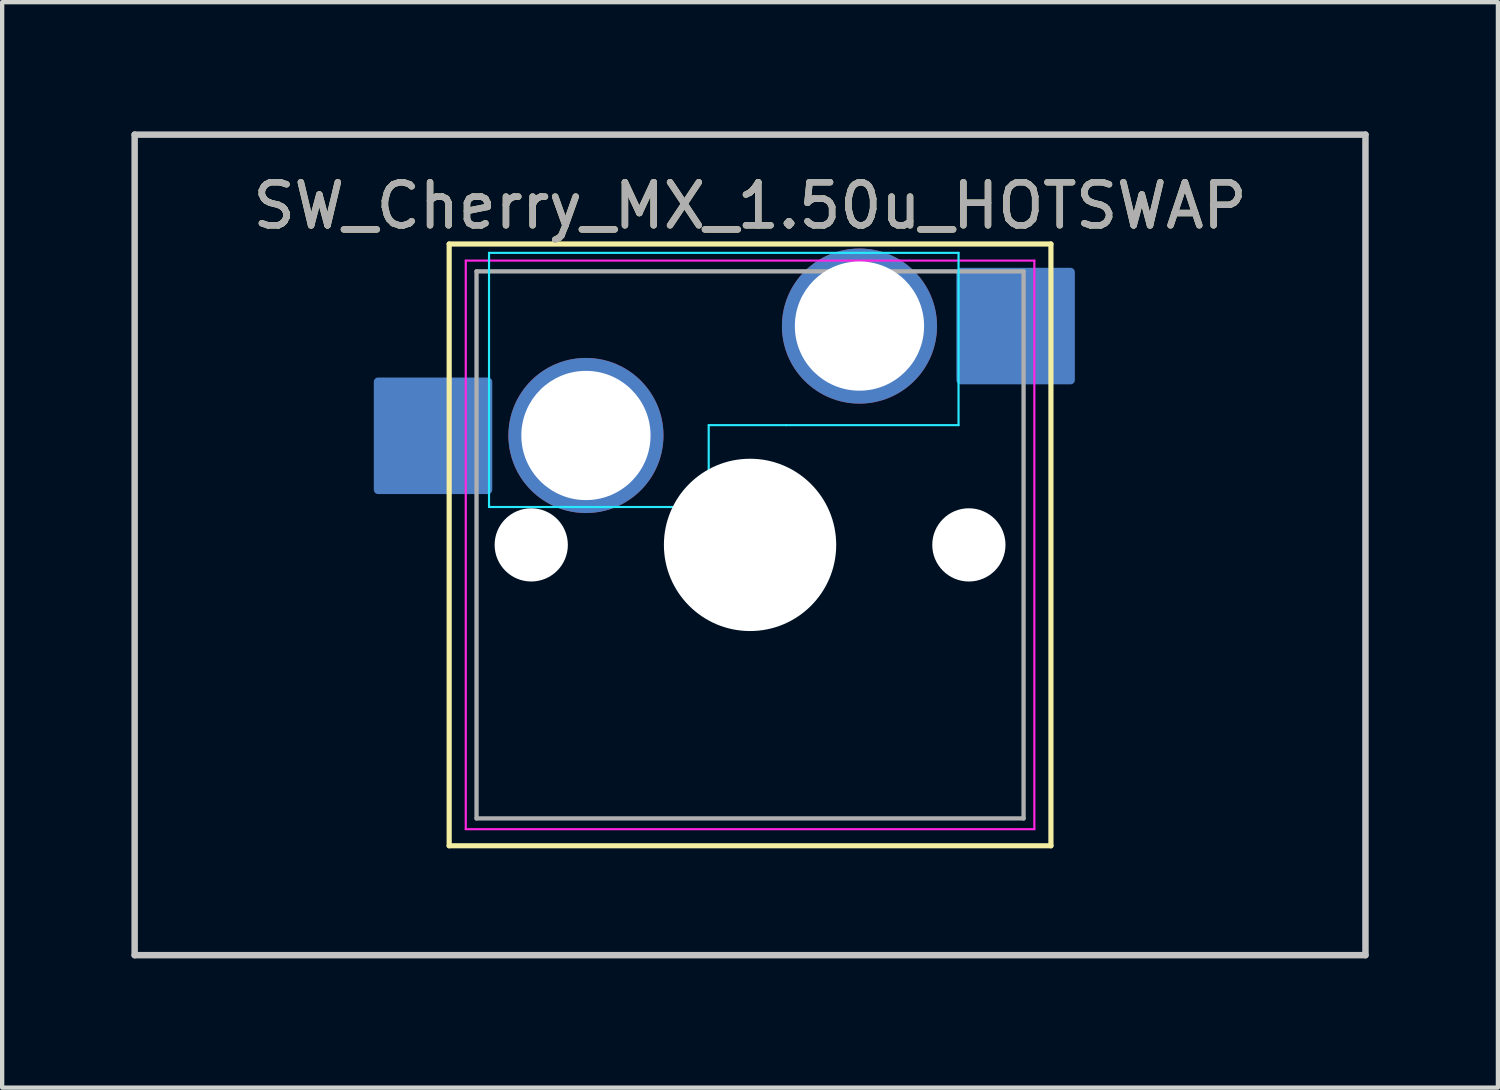
<source format=kicad_pcb>
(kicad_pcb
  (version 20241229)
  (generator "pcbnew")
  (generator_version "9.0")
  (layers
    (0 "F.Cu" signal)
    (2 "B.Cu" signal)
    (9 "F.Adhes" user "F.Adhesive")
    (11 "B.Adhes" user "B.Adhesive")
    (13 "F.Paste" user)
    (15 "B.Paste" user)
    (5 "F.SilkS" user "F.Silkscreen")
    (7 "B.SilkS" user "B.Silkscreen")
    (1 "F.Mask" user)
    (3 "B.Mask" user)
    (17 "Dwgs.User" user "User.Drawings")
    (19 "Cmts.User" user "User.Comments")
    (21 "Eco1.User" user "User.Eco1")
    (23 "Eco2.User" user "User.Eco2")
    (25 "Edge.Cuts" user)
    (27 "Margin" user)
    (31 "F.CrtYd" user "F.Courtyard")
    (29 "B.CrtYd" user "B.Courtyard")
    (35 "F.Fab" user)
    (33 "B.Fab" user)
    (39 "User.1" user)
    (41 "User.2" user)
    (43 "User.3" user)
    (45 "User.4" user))
  (footprint "SW_Cherry_MX_1.50u_HOTSWAP"
    (layer "F.Cu")
    (at 14.363 9.67)
    (property "Reference" "SW_Cherry_MX_1.50u_HOTSWAP" (at 0 -7.944 0) (layer "F.SilkS") (effects (font (size 1 1) (thickness 0.15))))
    (attr through_hole)
    (fp_rect (start -8.635 -1.35) (end -6.085 -3.856) (stroke (width 0.2) (type solid)) (fill yes) (layer "B.Cu"))
    (fp_rect (start 4.89 -3.897) (end 7.44 -6.403) (stroke (width 0.2) (type solid)) (fill yes) (layer "B.Cu"))
    (fp_line (start -6.985 -7.055) (end 6.985 -7.055) (stroke (width 0.12) (type solid)) (layer "F.SilkS"))
    (fp_line (start -6.985 6.915) (end -6.985 -7.055) (stroke (width 0.12) (type solid)) (layer "F.SilkS"))
    (fp_line (start 6.985 -7.055) (end 6.985 6.915) (stroke (width 0.12) (type solid)) (layer "F.SilkS"))
    (fp_line (start 6.985 6.915) (end -6.985 6.915) (stroke (width 0.12) (type solid)) (layer "F.SilkS"))
    (fp_line (start -14.287 -9.595) (end 14.287 -9.595) (stroke (width 0.15) (type solid)) (layer "Dwgs.User"))
    (fp_line (start -14.287 9.455) (end -14.287 -9.595) (stroke (width 0.15) (type solid)) (layer "Dwgs.User"))
    (fp_line (start 14.287 -9.595) (end 14.287 9.455) (stroke (width 0.15) (type solid)) (layer "Dwgs.User"))
    (fp_line (start 14.287 9.455) (end -14.287 9.455) (stroke (width 0.15) (type solid)) (layer "Dwgs.User"))
    (fp_line (start -6.06 -6.85) (end -6.06 -0.95) (stroke (width 0.05) (type solid)) (layer "B.CrtYd"))
    (fp_line (start -6.06 -6.85) (end 4.84 -6.85) (stroke (width 0.05) (type solid)) (layer "B.CrtYd"))
    (fp_line (start -6.06 -0.95) (end -1.06 -0.95) (stroke (width 0.05) (type solid)) (layer "B.CrtYd"))
    (fp_line (start -0.96 -2.85) (end -0.96 -0.95) (stroke (width 0.05) (type solid)) (layer "B.CrtYd"))
    (fp_line (start -0.96 -0.95) (end -1.06 -0.95) (stroke (width 0.05) (type solid)) (layer "B.CrtYd"))
    (fp_line (start 0.84 -2.85) (end -0.96 -2.85) (stroke (width 0.05) (type solid)) (layer "B.CrtYd"))
    (fp_line (start 4.84 -6.85) (end 4.84 -2.85) (stroke (width 0.05) (type solid)) (layer "B.CrtYd"))
    (fp_line (start 4.84 -2.85) (end 0.84 -2.85) (stroke (width 0.05) (type solid)) (layer "B.CrtYd"))
    (fp_line (start -6.6 -6.67) (end 6.6 -6.67) (stroke (width 0.05) (type solid)) (layer "F.CrtYd"))
    (fp_line (start -6.6 6.53) (end -6.6 -6.67) (stroke (width 0.05) (type solid)) (layer "F.CrtYd"))
    (fp_line (start 6.6 -6.67) (end 6.6 6.53) (stroke (width 0.05) (type solid)) (layer "F.CrtYd"))
    (fp_line (start 6.6 6.53) (end -6.6 6.53) (stroke (width 0.05) (type solid)) (layer "F.CrtYd"))
    (fp_line (start -6.35 -6.42) (end 6.35 -6.42) (stroke (width 0.1) (type solid)) (layer "F.Fab"))
    (fp_line (start -6.35 6.28) (end -6.35 -6.42) (stroke (width 0.1) (type solid)) (layer "F.Fab"))
    (fp_line (start 6.35 -6.42) (end 6.35 6.28) (stroke (width 0.1) (type solid)) (layer "F.Fab"))
    (fp_line (start 6.35 6.28) (end -6.35 6.28) (stroke (width 0.1) (type solid)) (layer "F.Fab"))
    (fp_text user "${REFERENCE}" (at 0 -7.944 0) (layer "F.Fab") (effects (font (size 1 1) (thickness 0.15))))
    (pad "" np_thru_hole circle (at -5.08 -0.07) (size 1.7 1.7) (drill 1.7) (layers "*.Cu" "*.Mask"))
    (pad "" np_thru_hole circle (at 0 -0.07) (size 4 4) (drill 4) (layers "*.Cu" "*.Mask"))
    (pad "" np_thru_hole circle (at 5.08 -0.07) (size 1.7 1.7) (drill 1.7) (layers "*.Cu" "*.Mask"))
    (pad "1" thru_hole circle (at 2.54 -5.15) (size 3.6 3.6) (drill 3) (layers "*.Cu" "*.Mask"))
    (pad "2" thru_hole circle (at -3.81 -2.61) (size 3.6 3.6) (drill 3) (layers "*.Cu" "*.Mask")))
  (gr_rect
    (start -3 -3)
    (end 31.725 22.2)
    (stroke (width 0.1) (type default))
    (fill no)
    (layer "Edge.Cuts")))
</source>
